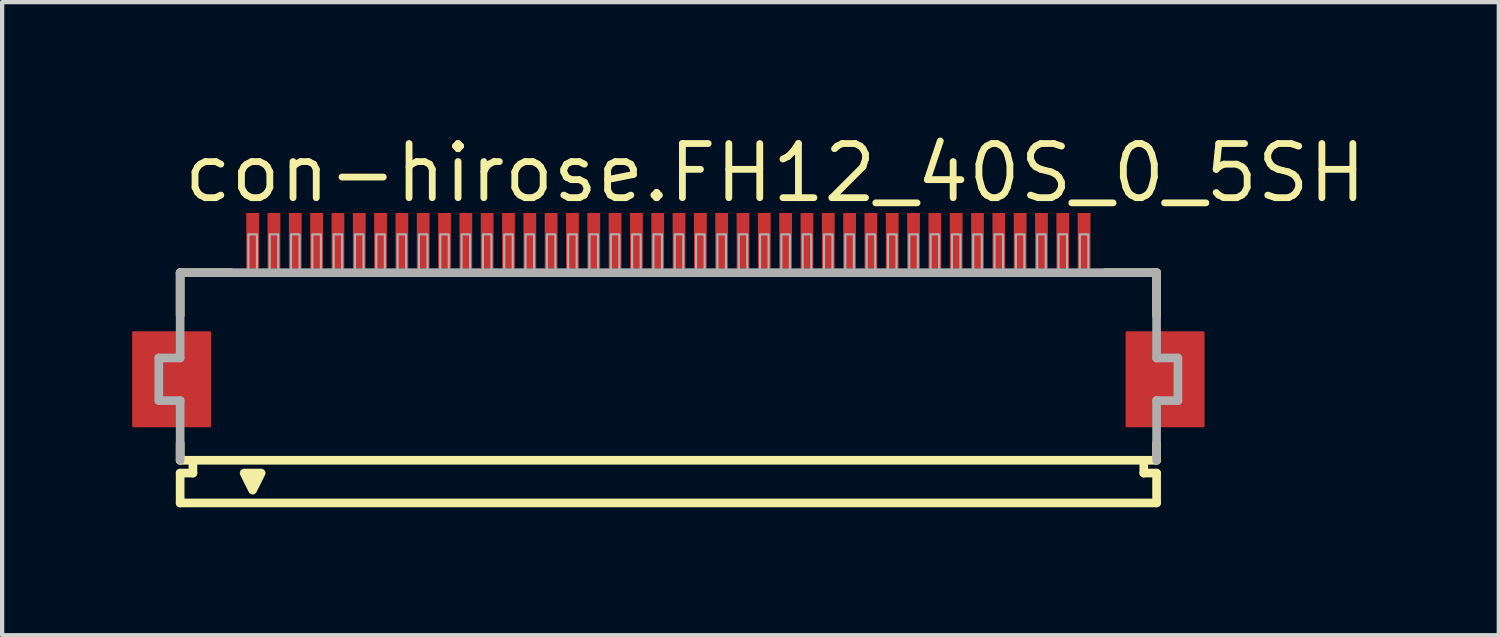
<source format=kicad_pcb>
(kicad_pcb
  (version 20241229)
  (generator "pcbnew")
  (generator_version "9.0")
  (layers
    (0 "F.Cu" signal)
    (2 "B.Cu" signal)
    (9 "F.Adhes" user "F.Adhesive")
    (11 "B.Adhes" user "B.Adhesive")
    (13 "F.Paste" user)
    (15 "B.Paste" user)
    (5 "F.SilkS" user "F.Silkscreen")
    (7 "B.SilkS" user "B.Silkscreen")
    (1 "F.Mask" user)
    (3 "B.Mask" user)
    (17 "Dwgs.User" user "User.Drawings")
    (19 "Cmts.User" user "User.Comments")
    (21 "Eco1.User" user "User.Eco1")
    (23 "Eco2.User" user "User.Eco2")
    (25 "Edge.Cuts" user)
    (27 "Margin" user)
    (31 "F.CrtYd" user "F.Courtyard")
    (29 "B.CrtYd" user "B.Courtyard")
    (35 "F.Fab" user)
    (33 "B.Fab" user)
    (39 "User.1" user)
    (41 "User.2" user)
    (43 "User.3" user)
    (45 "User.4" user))
  (footprint "con-hirose.FH12_40S_0_5SH"
    (layer "F.Cu")
    (at 12.625 5.845)
    (property "Reference" "con-hirose.FH12_40S_0_5SH" (at -11.448 -4.095 0) (layer "F.SilkS") (effects (font (size 1.27 1.27) (thickness 0.16)) (justify left bottom)))
    (attr smd)
    (fp_rect (start -12.55 1.1) (end -10.75 -1.1) (stroke (width 0.05) (type default)) (fill yes) (layer "F.Cu"))
    (fp_rect (start 10.75 1.1) (end 12.55 -1.1) (stroke (width 0.05) (type default)) (fill yes) (layer "F.Cu"))
    (fp_rect (start -12.6 1.175) (end -10.7 -1.175) (stroke (width 0.05) (type default)) (fill yes) (layer "F.Mask"))
    (fp_rect (start -9.95 -2.55) (end -9.55 -3.95) (stroke (width 0.05) (type default)) (fill yes) (layer "F.Mask"))
    (fp_rect (start -9.45 -2.55) (end -9.05 -3.95) (stroke (width 0.05) (type default)) (fill yes) (layer "F.Mask"))
    (fp_rect (start -8.95 -2.55) (end -8.55 -3.95) (stroke (width 0.05) (type default)) (fill yes) (layer "F.Mask"))
    (fp_rect (start -8.45 -2.55) (end -8.05 -3.95) (stroke (width 0.05) (type default)) (fill yes) (layer "F.Mask"))
    (fp_rect (start -7.95 -2.55) (end -7.55 -3.95) (stroke (width 0.05) (type default)) (fill yes) (layer "F.Mask"))
    (fp_rect (start -7.45 -2.55) (end -7.05 -3.95) (stroke (width 0.05) (type default)) (fill yes) (layer "F.Mask"))
    (fp_rect (start -6.95 -2.55) (end -6.55 -3.95) (stroke (width 0.05) (type default)) (fill yes) (layer "F.Mask"))
    (fp_rect (start -6.45 -2.55) (end -6.05 -3.95) (stroke (width 0.05) (type default)) (fill yes) (layer "F.Mask"))
    (fp_rect (start -5.95 -2.55) (end -5.55 -3.95) (stroke (width 0.05) (type default)) (fill yes) (layer "F.Mask"))
    (fp_rect (start -5.45 -2.55) (end -5.05 -3.95) (stroke (width 0.05) (type default)) (fill yes) (layer "F.Mask"))
    (fp_rect (start -4.95 -2.55) (end -4.55 -3.95) (stroke (width 0.05) (type default)) (fill yes) (layer "F.Mask"))
    (fp_rect (start -4.45 -2.55) (end -4.05 -3.95) (stroke (width 0.05) (type default)) (fill yes) (layer "F.Mask"))
    (fp_rect (start -3.95 -2.55) (end -3.55 -3.95) (stroke (width 0.05) (type default)) (fill yes) (layer "F.Mask"))
    (fp_rect (start -3.45 -2.55) (end -3.05 -3.95) (stroke (width 0.05) (type default)) (fill yes) (layer "F.Mask"))
    (fp_rect (start -2.95 -2.55) (end -2.55 -3.95) (stroke (width 0.05) (type default)) (fill yes) (layer "F.Mask"))
    (fp_rect (start -2.45 -2.55) (end -2.05 -3.95) (stroke (width 0.05) (type default)) (fill yes) (layer "F.Mask"))
    (fp_rect (start -1.95 -2.55) (end -1.55 -3.95) (stroke (width 0.05) (type default)) (fill yes) (layer "F.Mask"))
    (fp_rect (start -1.45 -2.55) (end -1.05 -3.95) (stroke (width 0.05) (type default)) (fill yes) (layer "F.Mask"))
    (fp_rect (start -0.95 -2.55) (end -0.55 -3.95) (stroke (width 0.05) (type default)) (fill yes) (layer "F.Mask"))
    (fp_rect (start -0.45 -2.55) (end -0.05 -3.95) (stroke (width 0.05) (type default)) (fill yes) (layer "F.Mask"))
    (fp_rect (start 0.05 -2.55) (end 0.45 -3.95) (stroke (width 0.05) (type default)) (fill yes) (layer "F.Mask"))
    (fp_rect (start 0.55 -2.55) (end 0.95 -3.95) (stroke (width 0.05) (type default)) (fill yes) (layer "F.Mask"))
    (fp_rect (start 1.05 -2.55) (end 1.45 -3.95) (stroke (width 0.05) (type default)) (fill yes) (layer "F.Mask"))
    (fp_rect (start 1.55 -2.55) (end 1.95 -3.95) (stroke (width 0.05) (type default)) (fill yes) (layer "F.Mask"))
    (fp_rect (start 2.05 -2.55) (end 2.45 -3.95) (stroke (width 0.05) (type default)) (fill yes) (layer "F.Mask"))
    (fp_rect (start 2.55 -2.55) (end 2.95 -3.95) (stroke (width 0.05) (type default)) (fill yes) (layer "F.Mask"))
    (fp_rect (start 3.05 -2.55) (end 3.45 -3.95) (stroke (width 0.05) (type default)) (fill yes) (layer "F.Mask"))
    (fp_rect (start 3.55 -2.55) (end 3.95 -3.95) (stroke (width 0.05) (type default)) (fill yes) (layer "F.Mask"))
    (fp_rect (start 4.05 -2.55) (end 4.45 -3.95) (stroke (width 0.05) (type default)) (fill yes) (layer "F.Mask"))
    (fp_rect (start 4.55 -2.55) (end 4.95 -3.95) (stroke (width 0.05) (type default)) (fill yes) (layer "F.Mask"))
    (fp_rect (start 5.05 -2.55) (end 5.45 -3.95) (stroke (width 0.05) (type default)) (fill yes) (layer "F.Mask"))
    (fp_rect (start 5.55 -2.55) (end 5.95 -3.95) (stroke (width 0.05) (type default)) (fill yes) (layer "F.Mask"))
    (fp_rect (start 6.05 -2.55) (end 6.45 -3.95) (stroke (width 0.05) (type default)) (fill yes) (layer "F.Mask"))
    (fp_rect (start 6.55 -2.55) (end 6.95 -3.95) (stroke (width 0.05) (type default)) (fill yes) (layer "F.Mask"))
    (fp_rect (start 7.05 -2.55) (end 7.45 -3.95) (stroke (width 0.05) (type default)) (fill yes) (layer "F.Mask"))
    (fp_rect (start 7.55 -2.55) (end 7.95 -3.95) (stroke (width 0.05) (type default)) (fill yes) (layer "F.Mask"))
    (fp_rect (start 8.05 -2.55) (end 8.45 -3.95) (stroke (width 0.05) (type default)) (fill yes) (layer "F.Mask"))
    (fp_rect (start 8.55 -2.55) (end 8.95 -3.95) (stroke (width 0.05) (type default)) (fill yes) (layer "F.Mask"))
    (fp_rect (start 9.05 -2.55) (end 9.45 -3.95) (stroke (width 0.05) (type default)) (fill yes) (layer "F.Mask"))
    (fp_rect (start 9.55 -2.55) (end 9.95 -3.95) (stroke (width 0.05) (type default)) (fill yes) (layer "F.Mask"))
    (fp_rect (start 10.7 1.175) (end 12.6 -1.175) (stroke (width 0.05) (type default)) (fill yes) (layer "F.Mask"))
    (fp_line (start -11.45 -2.5) (end -11.45 -1.5) (stroke (width 0.203) (type default)) (layer "F.SilkS"))
    (fp_line (start -11.45 1.5) (end -11.45 1.9) (stroke (width 0.203) (type default)) (layer "F.SilkS"))
    (fp_line (start -11.45 1.9) (end -11.15 1.9) (stroke (width 0.203) (type default)) (layer "F.SilkS"))
    (fp_line (start -11.45 2.2) (end -11.45 2.9) (stroke (width 0.203) (type default)) (layer "F.SilkS"))
    (fp_line (start -11.15 1.9) (end -11.15 2.2) (stroke (width 0.203) (type default)) (layer "F.SilkS"))
    (fp_line (start -11.15 2.2) (end -11.45 2.2) (stroke (width 0.203) (type default)) (layer "F.SilkS"))
    (fp_line (start -10.25 -2.5) (end -11.45 -2.5) (stroke (width 0.203) (type default)) (layer "F.SilkS"))
    (fp_line (start 11.15 1.9) (end -11.15 1.9) (stroke (width 0.203) (type default)) (layer "F.SilkS"))
    (fp_line (start 11.15 1.9) (end 11.45 1.9) (stroke (width 0.203) (type default)) (layer "F.SilkS"))
    (fp_line (start 11.15 2.2) (end 11.15 1.9) (stroke (width 0.203) (type default)) (layer "F.SilkS"))
    (fp_line (start 11.45 -2.5) (end 10.25 -2.5) (stroke (width 0.203) (type default)) (layer "F.SilkS"))
    (fp_line (start 11.45 -1.5) (end 11.45 -2.5) (stroke (width 0.203) (type default)) (layer "F.SilkS"))
    (fp_line (start 11.45 1.9) (end 11.45 1.5) (stroke (width 0.203) (type default)) (layer "F.SilkS"))
    (fp_line (start 11.45 2.2) (end 11.15 2.2) (stroke (width 0.203) (type default)) (layer "F.SilkS"))
    (fp_line (start 11.45 2.9) (end -11.45 2.9) (stroke (width 0.203) (type default)) (layer "F.SilkS"))
    (fp_line (start 11.45 2.9) (end 11.45 2.2) (stroke (width 0.203) (type default)) (layer "F.SilkS"))
    (fp_poly (pts (xy -9.95 2.2) (xy -9.75 2.6) (xy -9.55 2.2)) (stroke (width 0.203) (type default)) (fill yes) (layer "F.SilkS"))
    (fp_rect (start -12.475 1.025) (end -10.825 -1.025) (stroke (width 0.05) (type default)) (fill yes) (layer "F.Paste"))
    (fp_rect (start -9.875 -2.625) (end -9.625 -3.875) (stroke (width 0.05) (type default)) (fill yes) (layer "F.Paste"))
    (fp_rect (start -9.375 -2.625) (end -9.125 -3.875) (stroke (width 0.05) (type default)) (fill yes) (layer "F.Paste"))
    (fp_rect (start -8.875 -2.625) (end -8.625 -3.875) (stroke (width 0.05) (type default)) (fill yes) (layer "F.Paste"))
    (fp_rect (start -8.375 -2.625) (end -8.125 -3.875) (stroke (width 0.05) (type default)) (fill yes) (layer "F.Paste"))
    (fp_rect (start -7.875 -2.625) (end -7.625 -3.875) (stroke (width 0.05) (type default)) (fill yes) (layer "F.Paste"))
    (fp_rect (start -7.375 -2.625) (end -7.125 -3.875) (stroke (width 0.05) (type default)) (fill yes) (layer "F.Paste"))
    (fp_rect (start -6.875 -2.625) (end -6.625 -3.875) (stroke (width 0.05) (type default)) (fill yes) (layer "F.Paste"))
    (fp_rect (start -6.375 -2.625) (end -6.125 -3.875) (stroke (width 0.05) (type default)) (fill yes) (layer "F.Paste"))
    (fp_rect (start -5.875 -2.625) (end -5.625 -3.875) (stroke (width 0.05) (type default)) (fill yes) (layer "F.Paste"))
    (fp_rect (start -5.375 -2.625) (end -5.125 -3.875) (stroke (width 0.05) (type default)) (fill yes) (layer "F.Paste"))
    (fp_rect (start -4.875 -2.625) (end -4.625 -3.875) (stroke (width 0.05) (type default)) (fill yes) (layer "F.Paste"))
    (fp_rect (start -4.375 -2.625) (end -4.125 -3.875) (stroke (width 0.05) (type default)) (fill yes) (layer "F.Paste"))
    (fp_rect (start -3.875 -2.625) (end -3.625 -3.875) (stroke (width 0.05) (type default)) (fill yes) (layer "F.Paste"))
    (fp_rect (start -3.375 -2.625) (end -3.125 -3.875) (stroke (width 0.05) (type default)) (fill yes) (layer "F.Paste"))
    (fp_rect (start -2.875 -2.625) (end -2.625 -3.875) (stroke (width 0.05) (type default)) (fill yes) (layer "F.Paste"))
    (fp_rect (start -2.375 -2.625) (end -2.125 -3.875) (stroke (width 0.05) (type default)) (fill yes) (layer "F.Paste"))
    (fp_rect (start -1.875 -2.625) (end -1.625 -3.875) (stroke (width 0.05) (type default)) (fill yes) (layer "F.Paste"))
    (fp_rect (start -1.375 -2.625) (end -1.125 -3.875) (stroke (width 0.05) (type default)) (fill yes) (layer "F.Paste"))
    (fp_rect (start -0.875 -2.625) (end -0.625 -3.875) (stroke (width 0.05) (type default)) (fill yes) (layer "F.Paste"))
    (fp_rect (start -0.375 -2.625) (end -0.125 -3.875) (stroke (width 0.05) (type default)) (fill yes) (layer "F.Paste"))
    (fp_rect (start 0.125 -2.625) (end 0.375 -3.875) (stroke (width 0.05) (type default)) (fill yes) (layer "F.Paste"))
    (fp_rect (start 0.625 -2.625) (end 0.875 -3.875) (stroke (width 0.05) (type default)) (fill yes) (layer "F.Paste"))
    (fp_rect (start 1.125 -2.625) (end 1.375 -3.875) (stroke (width 0.05) (type default)) (fill yes) (layer "F.Paste"))
    (fp_rect (start 1.625 -2.625) (end 1.875 -3.875) (stroke (width 0.05) (type default)) (fill yes) (layer "F.Paste"))
    (fp_rect (start 2.125 -2.625) (end 2.375 -3.875) (stroke (width 0.05) (type default)) (fill yes) (layer "F.Paste"))
    (fp_rect (start 2.625 -2.625) (end 2.875 -3.875) (stroke (width 0.05) (type default)) (fill yes) (layer "F.Paste"))
    (fp_rect (start 3.125 -2.625) (end 3.375 -3.875) (stroke (width 0.05) (type default)) (fill yes) (layer "F.Paste"))
    (fp_rect (start 3.625 -2.625) (end 3.875 -3.875) (stroke (width 0.05) (type default)) (fill yes) (layer "F.Paste"))
    (fp_rect (start 4.125 -2.625) (end 4.375 -3.875) (stroke (width 0.05) (type default)) (fill yes) (layer "F.Paste"))
    (fp_rect (start 4.625 -2.625) (end 4.875 -3.875) (stroke (width 0.05) (type default)) (fill yes) (layer "F.Paste"))
    (fp_rect (start 5.125 -2.625) (end 5.375 -3.875) (stroke (width 0.05) (type default)) (fill yes) (layer "F.Paste"))
    (fp_rect (start 5.625 -2.625) (end 5.875 -3.875) (stroke (width 0.05) (type default)) (fill yes) (layer "F.Paste"))
    (fp_rect (start 6.125 -2.625) (end 6.375 -3.875) (stroke (width 0.05) (type default)) (fill yes) (layer "F.Paste"))
    (fp_rect (start 6.625 -2.625) (end 6.875 -3.875) (stroke (width 0.05) (type default)) (fill yes) (layer "F.Paste"))
    (fp_rect (start 7.125 -2.625) (end 7.375 -3.875) (stroke (width 0.05) (type default)) (fill yes) (layer "F.Paste"))
    (fp_rect (start 7.625 -2.625) (end 7.875 -3.875) (stroke (width 0.05) (type default)) (fill yes) (layer "F.Paste"))
    (fp_rect (start 8.125 -2.625) (end 8.375 -3.875) (stroke (width 0.05) (type default)) (fill yes) (layer "F.Paste"))
    (fp_rect (start 8.625 -2.625) (end 8.875 -3.875) (stroke (width 0.05) (type default)) (fill yes) (layer "F.Paste"))
    (fp_rect (start 9.125 -2.625) (end 9.375 -3.875) (stroke (width 0.05) (type default)) (fill yes) (layer "F.Paste"))
    (fp_rect (start 9.625 -2.625) (end 9.875 -3.875) (stroke (width 0.05) (type default)) (fill yes) (layer "F.Paste"))
    (fp_rect (start 10.825 1.025) (end 12.475 -1.025) (stroke (width 0.05) (type default)) (fill yes) (layer "F.Paste"))
    (fp_line (start -11.95 -0.5) (end -11.95 0.5) (stroke (width 0.203) (type default)) (layer "F.Fab"))
    (fp_line (start -11.95 0.5) (end -11.45 0.5) (stroke (width 0.203) (type default)) (layer "F.Fab"))
    (fp_line (start -11.45 -2.5) (end -11.45 -0.5) (stroke (width 0.203) (type default)) (layer "F.Fab"))
    (fp_line (start -11.45 -0.5) (end -11.95 -0.5) (stroke (width 0.203) (type default)) (layer "F.Fab"))
    (fp_line (start -11.45 0.5) (end -11.45 1.9) (stroke (width 0.203) (type default)) (layer "F.Fab"))
    (fp_line (start 11.45 -2.5) (end -11.45 -2.5) (stroke (width 0.203) (type default)) (layer "F.Fab"))
    (fp_line (start 11.45 -0.5) (end 11.45 -2.5) (stroke (width 0.203) (type default)) (layer "F.Fab"))
    (fp_line (start 11.45 0.5) (end 11.95 0.5) (stroke (width 0.203) (type default)) (layer "F.Fab"))
    (fp_line (start 11.45 1.9) (end 11.45 0.5) (stroke (width 0.203) (type default)) (layer "F.Fab"))
    (fp_line (start 11.95 -0.5) (end 11.45 -0.5) (stroke (width 0.203) (type default)) (layer "F.Fab"))
    (fp_line (start 11.95 0.5) (end 11.95 -0.5) (stroke (width 0.203) (type default)) (layer "F.Fab"))
    (fp_rect (start -9.85 -2.55) (end -9.65 -3.4) (stroke (width 0.05) (type default)) (fill no) (layer "F.Fab"))
    (fp_rect (start -9.35 -2.55) (end -9.15 -3.4) (stroke (width 0.05) (type default)) (fill no) (layer "F.Fab"))
    (fp_rect (start -8.85 -2.55) (end -8.65 -3.4) (stroke (width 0.05) (type default)) (fill no) (layer "F.Fab"))
    (fp_rect (start -8.35 -2.55) (end -8.15 -3.4) (stroke (width 0.05) (type default)) (fill no) (layer "F.Fab"))
    (fp_rect (start -7.85 -2.55) (end -7.65 -3.4) (stroke (width 0.05) (type default)) (fill no) (layer "F.Fab"))
    (fp_rect (start -7.35 -2.55) (end -7.15 -3.4) (stroke (width 0.05) (type default)) (fill no) (layer "F.Fab"))
    (fp_rect (start -6.85 -2.55) (end -6.65 -3.4) (stroke (width 0.05) (type default)) (fill no) (layer "F.Fab"))
    (fp_rect (start -6.35 -2.55) (end -6.15 -3.4) (stroke (width 0.05) (type default)) (fill no) (layer "F.Fab"))
    (fp_rect (start -5.85 -2.55) (end -5.65 -3.4) (stroke (width 0.05) (type default)) (fill no) (layer "F.Fab"))
    (fp_rect (start -5.35 -2.55) (end -5.15 -3.4) (stroke (width 0.05) (type default)) (fill no) (layer "F.Fab"))
    (fp_rect (start -4.85 -2.55) (end -4.65 -3.4) (stroke (width 0.05) (type default)) (fill no) (layer "F.Fab"))
    (fp_rect (start -4.35 -2.55) (end -4.15 -3.4) (stroke (width 0.05) (type default)) (fill no) (layer "F.Fab"))
    (fp_rect (start -3.85 -2.55) (end -3.65 -3.4) (stroke (width 0.05) (type default)) (fill no) (layer "F.Fab"))
    (fp_rect (start -3.35 -2.55) (end -3.15 -3.4) (stroke (width 0.05) (type default)) (fill no) (layer "F.Fab"))
    (fp_rect (start -2.85 -2.55) (end -2.65 -3.4) (stroke (width 0.05) (type default)) (fill no) (layer "F.Fab"))
    (fp_rect (start -2.35 -2.55) (end -2.15 -3.4) (stroke (width 0.05) (type default)) (fill no) (layer "F.Fab"))
    (fp_rect (start -1.85 -2.55) (end -1.65 -3.4) (stroke (width 0.05) (type default)) (fill no) (layer "F.Fab"))
    (fp_rect (start -1.35 -2.55) (end -1.15 -3.4) (stroke (width 0.05) (type default)) (fill no) (layer "F.Fab"))
    (fp_rect (start -0.85 -2.55) (end -0.65 -3.4) (stroke (width 0.05) (type default)) (fill no) (layer "F.Fab"))
    (fp_rect (start -0.35 -2.55) (end -0.15 -3.4) (stroke (width 0.05) (type default)) (fill no) (layer "F.Fab"))
    (fp_rect (start 0.15 -2.55) (end 0.35 -3.4) (stroke (width 0.05) (type default)) (fill no) (layer "F.Fab"))
    (fp_rect (start 0.65 -2.55) (end 0.85 -3.4) (stroke (width 0.05) (type default)) (fill no) (layer "F.Fab"))
    (fp_rect (start 1.15 -2.55) (end 1.35 -3.4) (stroke (width 0.05) (type default)) (fill no) (layer "F.Fab"))
    (fp_rect (start 1.65 -2.55) (end 1.85 -3.4) (stroke (width 0.05) (type default)) (fill no) (layer "F.Fab"))
    (fp_rect (start 2.15 -2.55) (end 2.35 -3.4) (stroke (width 0.05) (type default)) (fill no) (layer "F.Fab"))
    (fp_rect (start 2.65 -2.55) (end 2.85 -3.4) (stroke (width 0.05) (type default)) (fill no) (layer "F.Fab"))
    (fp_rect (start 3.15 -2.55) (end 3.35 -3.4) (stroke (width 0.05) (type default)) (fill no) (layer "F.Fab"))
    (fp_rect (start 3.65 -2.55) (end 3.85 -3.4) (stroke (width 0.05) (type default)) (fill no) (layer "F.Fab"))
    (fp_rect (start 4.15 -2.55) (end 4.35 -3.4) (stroke (width 0.05) (type default)) (fill no) (layer "F.Fab"))
    (fp_rect (start 4.65 -2.55) (end 4.85 -3.4) (stroke (width 0.05) (type default)) (fill no) (layer "F.Fab"))
    (fp_rect (start 5.15 -2.55) (end 5.35 -3.4) (stroke (width 0.05) (type default)) (fill no) (layer "F.Fab"))
    (fp_rect (start 5.65 -2.55) (end 5.85 -3.4) (stroke (width 0.05) (type default)) (fill no) (layer "F.Fab"))
    (fp_rect (start 6.15 -2.55) (end 6.35 -3.4) (stroke (width 0.05) (type default)) (fill no) (layer "F.Fab"))
    (fp_rect (start 6.65 -2.55) (end 6.85 -3.4) (stroke (width 0.05) (type default)) (fill no) (layer "F.Fab"))
    (fp_rect (start 7.15 -2.55) (end 7.35 -3.4) (stroke (width 0.05) (type default)) (fill no) (layer "F.Fab"))
    (fp_rect (start 7.65 -2.55) (end 7.85 -3.4) (stroke (width 0.05) (type default)) (fill no) (layer "F.Fab"))
    (fp_rect (start 8.15 -2.55) (end 8.35 -3.4) (stroke (width 0.05) (type default)) (fill no) (layer "F.Fab"))
    (fp_rect (start 8.65 -2.55) (end 8.85 -3.4) (stroke (width 0.05) (type default)) (fill no) (layer "F.Fab"))
    (fp_rect (start 9.15 -2.55) (end 9.35 -3.4) (stroke (width 0.05) (type default)) (fill no) (layer "F.Fab"))
    (fp_rect (start 9.65 -2.55) (end 9.85 -3.4) (stroke (width 0.05) (type default)) (fill no) (layer "F.Fab"))
    (pad "1" smd roundrect (at -9.75 -3.25) (size 0.3 1.3) (layers "F.Cu" "F.Mask" "F.Paste") (roundrect_rratio 0.01))
    (pad "2" smd roundrect (at -9.25 -3.25) (size 0.3 1.3) (layers "F.Cu" "F.Mask" "F.Paste") (roundrect_rratio 0.01))
    (pad "3" smd roundrect (at -8.75 -3.25) (size 0.3 1.3) (layers "F.Cu" "F.Mask" "F.Paste") (roundrect_rratio 0.01))
    (pad "4" smd roundrect (at -8.25 -3.25) (size 0.3 1.3) (layers "F.Cu" "F.Mask" "F.Paste") (roundrect_rratio 0.01))
    (pad "5" smd roundrect (at -7.75 -3.25) (size 0.3 1.3) (layers "F.Cu" "F.Mask" "F.Paste") (roundrect_rratio 0.01))
    (pad "6" smd roundrect (at -7.25 -3.25) (size 0.3 1.3) (layers "F.Cu" "F.Mask" "F.Paste") (roundrect_rratio 0.01))
    (pad "7" smd roundrect (at -6.75 -3.25) (size 0.3 1.3) (layers "F.Cu" "F.Mask" "F.Paste") (roundrect_rratio 0.01))
    (pad "8" smd roundrect (at -6.25 -3.25) (size 0.3 1.3) (layers "F.Cu" "F.Mask" "F.Paste") (roundrect_rratio 0.01))
    (pad "9" smd roundrect (at -5.75 -3.25) (size 0.3 1.3) (layers "F.Cu" "F.Mask" "F.Paste") (roundrect_rratio 0.01))
    (pad "10" smd roundrect (at -5.25 -3.25) (size 0.3 1.3) (layers "F.Cu" "F.Mask" "F.Paste") (roundrect_rratio 0.01))
    (pad "11" smd roundrect (at -4.75 -3.25) (size 0.3 1.3) (layers "F.Cu" "F.Mask" "F.Paste") (roundrect_rratio 0.01))
    (pad "12" smd roundrect (at -4.25 -3.25) (size 0.3 1.3) (layers "F.Cu" "F.Mask" "F.Paste") (roundrect_rratio 0.01))
    (pad "13" smd roundrect (at -3.75 -3.25) (size 0.3 1.3) (layers "F.Cu" "F.Mask" "F.Paste") (roundrect_rratio 0.01))
    (pad "14" smd roundrect (at -3.25 -3.25) (size 0.3 1.3) (layers "F.Cu" "F.Mask" "F.Paste") (roundrect_rratio 0.01))
    (pad "15" smd roundrect (at -2.75 -3.25) (size 0.3 1.3) (layers "F.Cu" "F.Mask" "F.Paste") (roundrect_rratio 0.01))
    (pad "16" smd roundrect (at -2.25 -3.25) (size 0.3 1.3) (layers "F.Cu" "F.Mask" "F.Paste") (roundrect_rratio 0.01))
    (pad "17" smd roundrect (at -1.75 -3.25) (size 0.3 1.3) (layers "F.Cu" "F.Mask" "F.Paste") (roundrect_rratio 0.01))
    (pad "18" smd roundrect (at -1.25 -3.25) (size 0.3 1.3) (layers "F.Cu" "F.Mask" "F.Paste") (roundrect_rratio 0.01))
    (pad "19" smd roundrect (at -0.75 -3.25) (size 0.3 1.3) (layers "F.Cu" "F.Mask" "F.Paste") (roundrect_rratio 0.01))
    (pad "20" smd roundrect (at -0.25 -3.25) (size 0.3 1.3) (layers "F.Cu" "F.Mask" "F.Paste") (roundrect_rratio 0.01))
    (pad "21" smd roundrect (at 0.25 -3.25) (size 0.3 1.3) (layers "F.Cu" "F.Mask" "F.Paste") (roundrect_rratio 0.01))
    (pad "22" smd roundrect (at 0.75 -3.25) (size 0.3 1.3) (layers "F.Cu" "F.Mask" "F.Paste") (roundrect_rratio 0.01))
    (pad "23" smd roundrect (at 1.25 -3.25) (size 0.3 1.3) (layers "F.Cu" "F.Mask" "F.Paste") (roundrect_rratio 0.01))
    (pad "24" smd roundrect (at 1.75 -3.25) (size 0.3 1.3) (layers "F.Cu" "F.Mask" "F.Paste") (roundrect_rratio 0.01))
    (pad "25" smd roundrect (at 2.25 -3.25) (size 0.3 1.3) (layers "F.Cu" "F.Mask" "F.Paste") (roundrect_rratio 0.01))
    (pad "26" smd roundrect (at 2.75 -3.25) (size 0.3 1.3) (layers "F.Cu" "F.Mask" "F.Paste") (roundrect_rratio 0.01))
    (pad "27" smd roundrect (at 3.25 -3.25) (size 0.3 1.3) (layers "F.Cu" "F.Mask" "F.Paste") (roundrect_rratio 0.01))
    (pad "28" smd roundrect (at 3.75 -3.25) (size 0.3 1.3) (layers "F.Cu" "F.Mask" "F.Paste") (roundrect_rratio 0.01))
    (pad "29" smd roundrect (at 4.25 -3.25) (size 0.3 1.3) (layers "F.Cu" "F.Mask" "F.Paste") (roundrect_rratio 0.01))
    (pad "30" smd roundrect (at 4.75 -3.25) (size 0.3 1.3) (layers "F.Cu" "F.Mask" "F.Paste") (roundrect_rratio 0.01))
    (pad "31" smd roundrect (at 5.25 -3.25) (size 0.3 1.3) (layers "F.Cu" "F.Mask" "F.Paste") (roundrect_rratio 0.01))
    (pad "32" smd roundrect (at 5.75 -3.25) (size 0.3 1.3) (layers "F.Cu" "F.Mask" "F.Paste") (roundrect_rratio 0.01))
    (pad "33" smd roundrect (at 6.25 -3.25) (size 0.3 1.3) (layers "F.Cu" "F.Mask" "F.Paste") (roundrect_rratio 0.01))
    (pad "34" smd roundrect (at 6.75 -3.25) (size 0.3 1.3) (layers "F.Cu" "F.Mask" "F.Paste") (roundrect_rratio 0.01))
    (pad "35" smd roundrect (at 7.25 -3.25) (size 0.3 1.3) (layers "F.Cu" "F.Mask" "F.Paste") (roundrect_rratio 0.01))
    (pad "36" smd roundrect (at 7.75 -3.25) (size 0.3 1.3) (layers "F.Cu" "F.Mask" "F.Paste") (roundrect_rratio 0.01))
    (pad "37" smd roundrect (at 8.25 -3.25) (size 0.3 1.3) (layers "F.Cu" "F.Mask" "F.Paste") (roundrect_rratio 0.01))
    (pad "38" smd roundrect (at 8.75 -3.25) (size 0.3 1.3) (layers "F.Cu" "F.Mask" "F.Paste") (roundrect_rratio 0.01))
    (pad "39" smd roundrect (at 9.25 -3.25) (size 0.3 1.3) (layers "F.Cu" "F.Mask" "F.Paste") (roundrect_rratio 0.01))
    (pad "40" smd roundrect (at 9.75 -3.25) (size 0.3 1.3) (layers "F.Cu" "F.Mask" "F.Paste") (roundrect_rratio 0.01)))
  (gr_rect
    (start -3 -3)
    (end 32.101 11.847)
    (stroke (width 0.1) (type default))
    (fill no)
    (layer "Edge.Cuts")))
</source>
